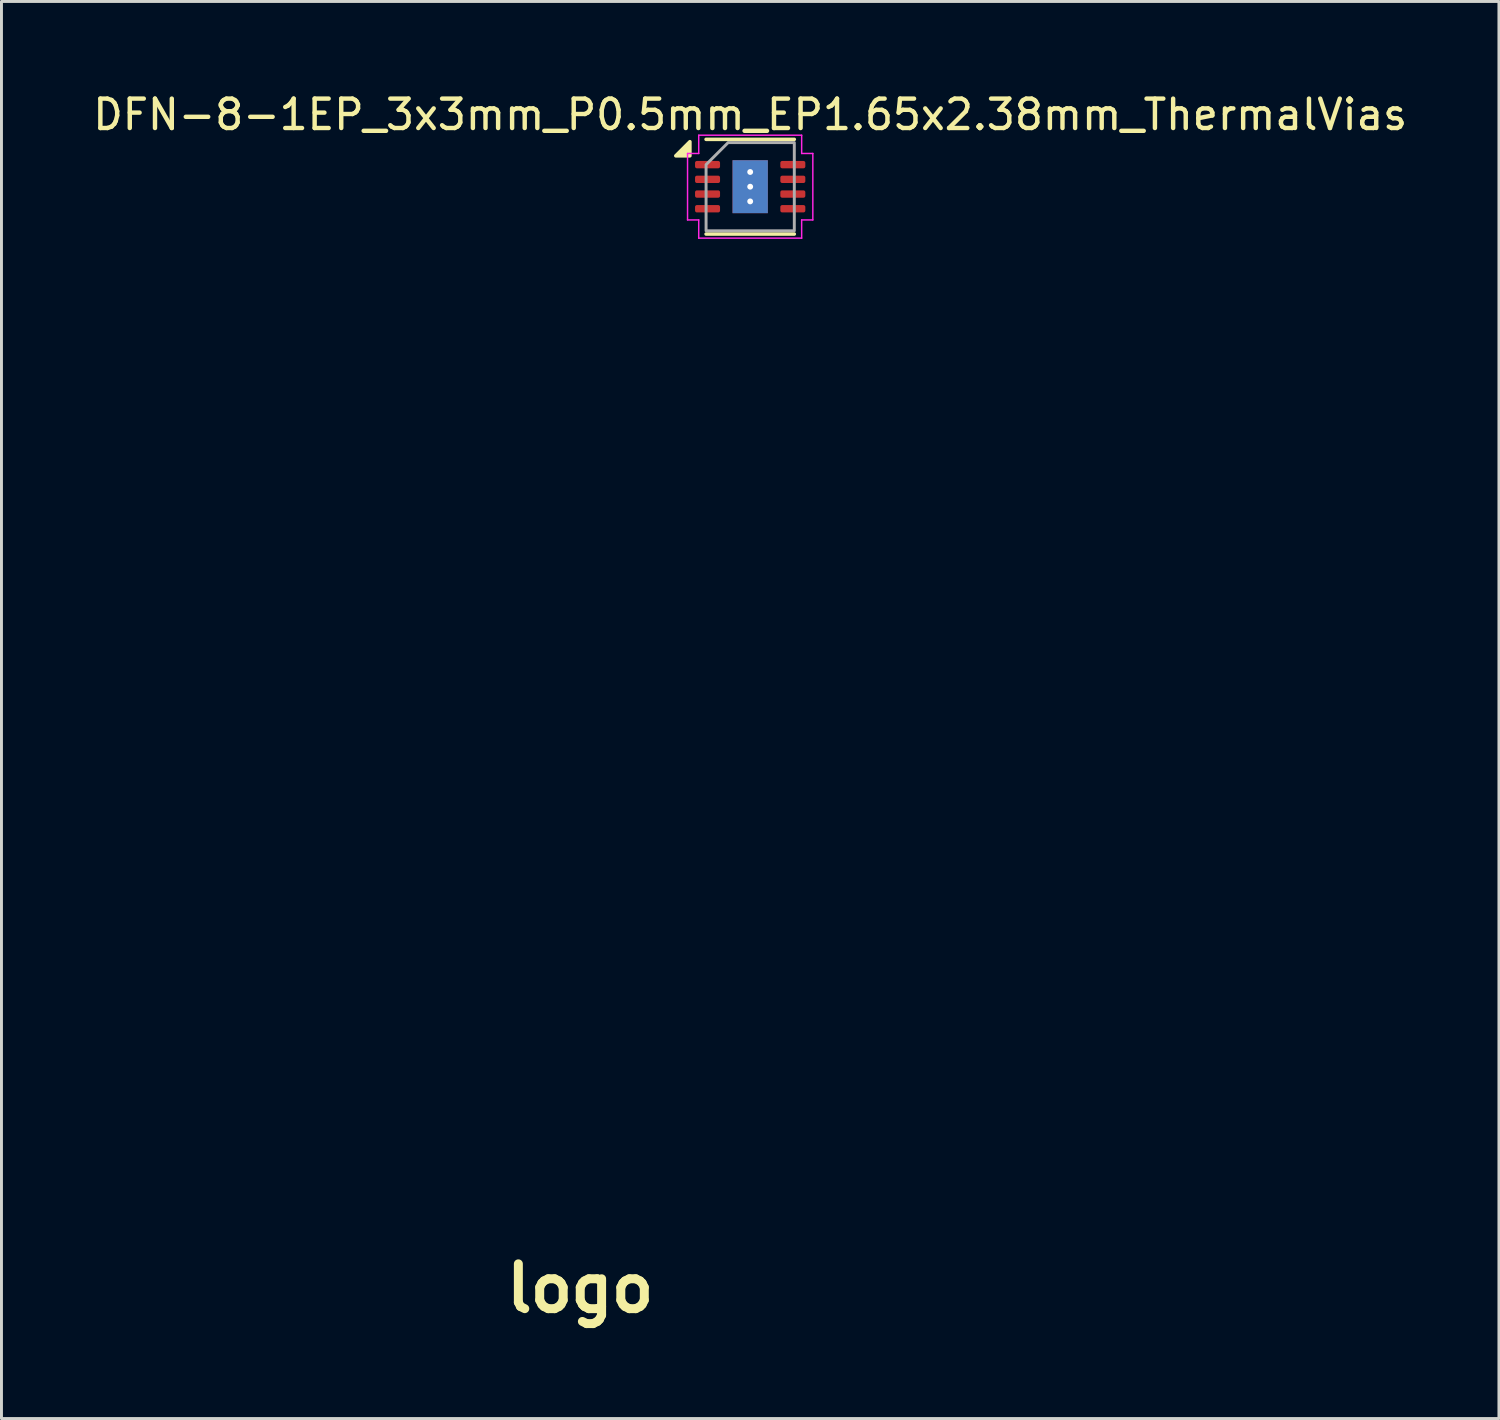
<source format=kicad_pcb>
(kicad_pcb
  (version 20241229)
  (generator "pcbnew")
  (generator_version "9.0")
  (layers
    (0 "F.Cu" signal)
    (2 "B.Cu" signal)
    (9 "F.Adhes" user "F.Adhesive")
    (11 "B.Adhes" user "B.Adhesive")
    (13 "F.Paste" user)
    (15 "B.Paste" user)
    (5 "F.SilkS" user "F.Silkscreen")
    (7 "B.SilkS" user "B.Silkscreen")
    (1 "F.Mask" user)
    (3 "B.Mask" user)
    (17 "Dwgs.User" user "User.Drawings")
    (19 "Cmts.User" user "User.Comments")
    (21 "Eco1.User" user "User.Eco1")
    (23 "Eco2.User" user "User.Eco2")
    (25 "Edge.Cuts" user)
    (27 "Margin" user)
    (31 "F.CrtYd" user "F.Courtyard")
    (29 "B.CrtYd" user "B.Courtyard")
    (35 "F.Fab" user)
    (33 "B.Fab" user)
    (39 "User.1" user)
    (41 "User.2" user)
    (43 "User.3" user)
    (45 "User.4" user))
  (footprint "DFN-8-1EP_3x3mm_P0.5mm_EP1.65x2.38mm_ThermalVias"
    (layer "F.Cu")
    (at 22.458 3.298)
    (property "Reference" "DFN-8-1EP_3x3mm_P0.5mm_EP1.65x2.38mm_ThermalVias" (at 0 -2.45 0) (layer "F.SilkS") (effects (font (size 1 1) (thickness 0.15))))
    (attr smd)
    (fp_line (start -1.5 -1.61) (end 1.5 -1.61) (stroke (width 0.12) (type solid)) (layer "F.SilkS"))
    (fp_line (start -1.5 1.61) (end 1.5 1.61) (stroke (width 0.12) (type solid)) (layer "F.SilkS"))
    (fp_poly (pts (xy -2.05 -1.05) (xy -2.53 -1.05) (xy -2.05 -1.53)) (stroke (width 0.12) (type solid)) (fill yes) (layer "F.SilkS"))
    (fp_line (start -2.13 -1.13) (end -1.75 -1.13) (stroke (width 0.05) (type solid)) (layer "F.CrtYd"))
    (fp_line (start -2.13 1.13) (end -2.13 -1.13) (stroke (width 0.05) (type solid)) (layer "F.CrtYd"))
    (fp_line (start -1.75 -1.75) (end 1.75 -1.75) (stroke (width 0.05) (type solid)) (layer "F.CrtYd"))
    (fp_line (start -1.75 -1.13) (end -1.75 -1.75) (stroke (width 0.05) (type solid)) (layer "F.CrtYd"))
    (fp_line (start -1.75 1.13) (end -2.13 1.13) (stroke (width 0.05) (type solid)) (layer "F.CrtYd"))
    (fp_line (start -1.75 1.75) (end -1.75 1.13) (stroke (width 0.05) (type solid)) (layer "F.CrtYd"))
    (fp_line (start 1.75 -1.75) (end 1.75 -1.13) (stroke (width 0.05) (type solid)) (layer "F.CrtYd"))
    (fp_line (start 1.75 -1.13) (end 2.13 -1.13) (stroke (width 0.05) (type solid)) (layer "F.CrtYd"))
    (fp_line (start 1.75 1.13) (end 1.75 1.75) (stroke (width 0.05) (type solid)) (layer "F.CrtYd"))
    (fp_line (start 1.75 1.75) (end -1.75 1.75) (stroke (width 0.05) (type solid)) (layer "F.CrtYd"))
    (fp_line (start 2.13 -1.13) (end 2.13 1.13) (stroke (width 0.05) (type solid)) (layer "F.CrtYd"))
    (fp_line (start 2.13 1.13) (end 1.75 1.13) (stroke (width 0.05) (type solid)) (layer "F.CrtYd"))
    (fp_poly (pts (xy -1.5 -0.75) (xy -1.5 1.5) (xy 1.5 1.5) (xy 1.5 -1.5) (xy -0.75 -1.5)) (stroke (width 0.1) (type solid)) (fill no) (layer "F.Fab"))
    (pad "1" smd roundrect (at -1.45 -0.75) (size 0.85 0.25) (layers "F.Cu" "F.Mask" "F.Paste") (roundrect_rratio 0.25))
    (pad "2" smd roundrect (at -1.45 -0.25) (size 0.85 0.25) (layers "F.Cu" "F.Mask" "F.Paste") (roundrect_rratio 0.25))
    (pad "3" smd roundrect (at -1.45 0.25) (size 0.85 0.25) (layers "F.Cu" "F.Mask" "F.Paste") (roundrect_rratio 0.25))
    (pad "4" smd roundrect (at -1.45 0.75) (size 0.85 0.25) (layers "F.Cu" "F.Mask" "F.Paste") (roundrect_rratio 0.25))
    (pad "5" smd roundrect (at 1.45 0.75) (size 0.85 0.25) (layers "F.Cu" "F.Mask" "F.Paste") (roundrect_rratio 0.25))
    (pad "6" smd roundrect (at 1.45 0.25) (size 0.85 0.25) (layers "F.Cu" "F.Mask" "F.Paste") (roundrect_rratio 0.25))
    (pad "7" smd roundrect (at 1.45 -0.25) (size 0.85 0.25) (layers "F.Cu" "F.Mask" "F.Paste") (roundrect_rratio 0.25))
    (pad "8" smd roundrect (at 1.45 -0.75) (size 0.85 0.25) (layers "F.Cu" "F.Mask" "F.Paste") (roundrect_rratio 0.25))
    (pad "9" thru_hole circle (at 0 -0.5) (size 0.5 0.5) (drill 0.2) (property pad_prop_heatsink) (layers "*.Cu"))
    (pad "9" thru_hole circle (at 0 0) (size 0.5 0.5) (drill 0.2) (property pad_prop_heatsink) (layers "*.Cu"))
    (pad "9" smd rect (at 0 0) (size 1.2 1.8) (property pad_prop_heatsink) (layers "F.Cu" "F.Mask"))
    (pad "9" smd rect (at 0 0) (size 1.2 1.8) (property pad_prop_heatsink) (layers "B.Cu"))
    (pad "9" thru_hole circle (at 0 0.5) (size 0.5 0.5) (drill 0.2) (property pad_prop_heatsink) (layers "*.Cu")))
  (footprint "logo"
    (layer "F.Cu")
    (at 16.68 23.064)
    (property "Reference" "logo" (at 0 17.694 0) (layer "F.SilkS") (effects (font (size 1.524 1.524) (thickness 0.305))))
    (fp_poly (pts (xy -10.114 14.986) (xy -9.939 14.895) (xy -9.548 14.648) (xy -8.992 14.285) (xy -8.334 13.843) (xy -7.673 13.396) (xy -7.13 13.033) (xy -6.749 12.789) (xy -6.591 12.7) (xy -6.505 12.73) (xy -6.19 12.883) (xy -5.735 13.119) (xy -5.471 13.256) (xy -5.052 13.437) (xy -4.846 13.475) (xy -4.811 13.416) (xy -4.658 13.096) (xy -4.417 12.55) (xy -4.102 11.826) (xy -3.741 10.98) (xy -3.355 10.066) (xy -2.967 9.136) (xy -2.598 8.247) (xy -2.273 7.45) (xy -2.012 6.8) (xy -1.839 6.35) (xy -1.775 6.154) (xy -1.796 6.114) (xy -2.004 5.911) (xy -2.37 5.636) (xy -3.157 4.996) (xy -3.937 4.023) (xy -4.412 2.918) (xy -4.569 1.692) (xy -4.435 0.554) (xy -3.988 -0.549) (xy -3.226 -1.532) (xy -2.301 -2.263) (xy -1.219 -2.725) (xy -0.005 -2.875) (xy 1.166 -2.743) (xy 2.283 -2.304) (xy 3.266 -1.554) (xy 3.68 -1.074) (xy 4.255 -0.079) (xy 4.58 0.996) (xy 4.615 1.27) (xy 4.567 2.438) (xy 4.221 3.561) (xy 3.602 4.567) (xy 2.743 5.39) (xy 2.637 5.466) (xy 2.238 5.763) (xy 1.971 5.969) (xy 1.763 6.139) (xy 3.254 9.731) (xy 3.493 10.302) (xy 3.901 11.283) (xy 4.262 12.129) (xy 4.549 12.802) (xy 4.747 13.251) (xy 4.836 13.432) (xy 4.846 13.442) (xy 4.976 13.465) (xy 5.253 13.365) (xy 5.751 13.122) (xy 6.083 12.951) (xy 6.464 12.769) (xy 6.637 12.7) (xy 6.779 12.779) (xy 7.148 13.018) (xy 7.681 13.373) (xy 8.324 13.81) (xy 8.933 14.224) (xy 9.497 14.597) (xy 9.909 14.859) (xy 10.104 14.966) (xy 10.137 14.966) (xy 10.315 14.867) (xy 10.635 14.597) (xy 11.125 14.135) (xy 11.819 13.452) (xy 11.923 13.348) (xy 12.492 12.769) (xy 12.954 12.283) (xy 13.264 11.938) (xy 13.376 11.781) (xy 13.376 11.778) (xy 13.274 11.585) (xy 13.015 11.176) (xy 12.642 10.607) (xy 12.187 9.939) (xy 10.998 8.212) (xy 11.651 6.581) (xy 11.852 6.083) (xy 12.106 5.476) (xy 12.296 5.044) (xy 12.393 4.856) (xy 12.57 4.793) (xy 13.018 4.686) (xy 13.663 4.552) (xy 14.435 4.407) (xy 15.169 4.272) (xy 15.834 4.148) (xy 16.314 4.054) (xy 16.53 4.011) (xy 16.581 3.98) (xy 16.624 3.876) (xy 16.652 3.65) (xy 16.67 3.246) (xy 16.678 2.611) (xy 16.678 1.692) (xy 16.678 1.593) (xy 16.67 0.714) (xy 16.655 0.015) (xy 16.629 -0.45) (xy 16.599 -0.63) (xy 16.596 -0.632) (xy 16.391 -0.683) (xy 15.921 -0.782) (xy 15.258 -0.912) (xy 14.465 -1.062) (xy 14.417 -1.072) (xy 13.627 -1.224) (xy 12.967 -1.361) (xy 12.504 -1.468) (xy 12.309 -1.529) (xy 12.268 -1.585) (xy 12.108 -1.892) (xy 11.882 -2.383) (xy 11.62 -2.979) (xy 11.364 -3.599) (xy 11.14 -4.155) (xy 10.991 -4.572) (xy 10.945 -4.76) (xy 10.947 -4.765) (xy 11.067 -4.956) (xy 11.339 -5.362) (xy 11.722 -5.931) (xy 12.182 -6.601) (xy 12.217 -6.652) (xy 12.67 -7.32) (xy 13.038 -7.882) (xy 13.284 -8.285) (xy 13.376 -8.466) (xy 13.373 -8.479) (xy 13.223 -8.677) (xy 12.883 -9.055) (xy 12.398 -9.563) (xy 11.814 -10.152) (xy 11.628 -10.335) (xy 10.98 -10.968) (xy 10.528 -11.382) (xy 10.249 -11.603) (xy 10.114 -11.651) (xy 10.109 -11.648) (xy 9.909 -11.527) (xy 9.489 -11.252) (xy 8.915 -10.866) (xy 8.24 -10.406) (xy 8.191 -10.373) (xy 7.526 -9.921) (xy 6.97 -9.545) (xy 6.576 -9.284) (xy 6.403 -9.18) (xy 6.373 -9.18) (xy 6.101 -9.258) (xy 5.629 -9.426) (xy 5.044 -9.652) (xy 4.427 -9.898) (xy 4.148 -10.016) (xy 3.868 -10.135) (xy 3.447 -10.328) (xy 3.249 -10.439) (xy 3.244 -10.45) (xy 3.172 -10.688) (xy 3.058 -11.186) (xy 2.916 -11.874) (xy 2.761 -12.69) (xy 2.736 -12.822) (xy 2.586 -13.617) (xy 2.459 -14.272) (xy 2.365 -14.727) (xy 2.319 -14.912) (xy 2.207 -14.94) (xy 1.816 -14.968) (xy 1.224 -14.983) (xy 0.508 -14.991) (xy -0.257 -14.986) (xy -0.993 -14.971) (xy -1.623 -14.948) (xy -2.073 -14.917) (xy -2.261 -14.879) (xy -2.268 -14.869) (xy -2.337 -14.623) (xy -2.446 -14.122) (xy -2.588 -13.432) (xy -2.743 -12.614) (xy -2.771 -12.469) (xy -2.921 -11.676) (xy -3.053 -11.026) (xy -3.15 -10.579) (xy -3.2 -10.404) (xy -3.272 -10.366) (xy -3.599 -10.223) (xy -4.13 -10.003) (xy -4.788 -9.736) (xy -6.317 -9.119) (xy -8.186 -10.401) (xy -8.359 -10.518) (xy -9.032 -10.975) (xy -9.586 -11.344) (xy -9.972 -11.593) (xy -10.13 -11.684) (xy -10.142 -11.676) (xy -10.33 -11.514) (xy -10.701 -11.166) (xy -11.206 -10.673) (xy -11.798 -10.086) (xy -12.233 -9.649) (xy -12.748 -9.124) (xy -13.076 -8.771) (xy -13.254 -8.545) (xy -13.317 -8.407) (xy -13.302 -8.316) (xy -13.18 -8.125) (xy -12.906 -7.714) (xy -12.52 -7.145) (xy -12.065 -6.482) (xy -11.692 -5.931) (xy -11.283 -5.301) (xy -11.019 -4.851) (xy -10.927 -4.633) (xy -10.95 -4.542) (xy -11.079 -4.176) (xy -11.303 -3.622) (xy -11.585 -2.962) (xy -12.235 -1.481) (xy -13.208 -1.293) (xy -13.795 -1.181) (xy -14.618 -1.024) (xy -15.408 -0.871) (xy -16.637 -0.632) (xy -16.68 3.896) (xy -16.49 3.978) (xy -16.309 4.026) (xy -15.852 4.128) (xy -15.202 4.257) (xy -14.435 4.402) (xy -13.78 4.524) (xy -13.122 4.648) (xy -12.649 4.74) (xy -12.438 4.785) (xy -12.385 4.856) (xy -12.22 5.177) (xy -11.989 5.682) (xy -11.725 6.292) (xy -11.46 6.927) (xy -11.229 7.508) (xy -11.067 7.953) (xy -11.006 8.184) (xy -11.097 8.357) (xy -11.344 8.745) (xy -11.709 9.296) (xy -12.156 9.952) (xy -12.603 10.607) (xy -12.982 11.166) (xy -13.246 11.57) (xy -13.355 11.753) (xy -13.302 11.877) (xy -13.038 12.195) (xy -12.545 12.708) (xy -11.811 13.434) (xy -11.692 13.551) (xy -11.105 14.112) (xy -10.612 14.567) (xy -10.267 14.874) (xy -10.114 14.986)) (stroke (width 0.000003) (type solid)) (fill no) (layer "F.SilkS")))
  (gr_rect
    (start -3 -3)
    (end 47.917 45.184)
    (stroke (width 0.1) (type default))
    (fill no)
    (layer "Edge.Cuts")))
</source>
